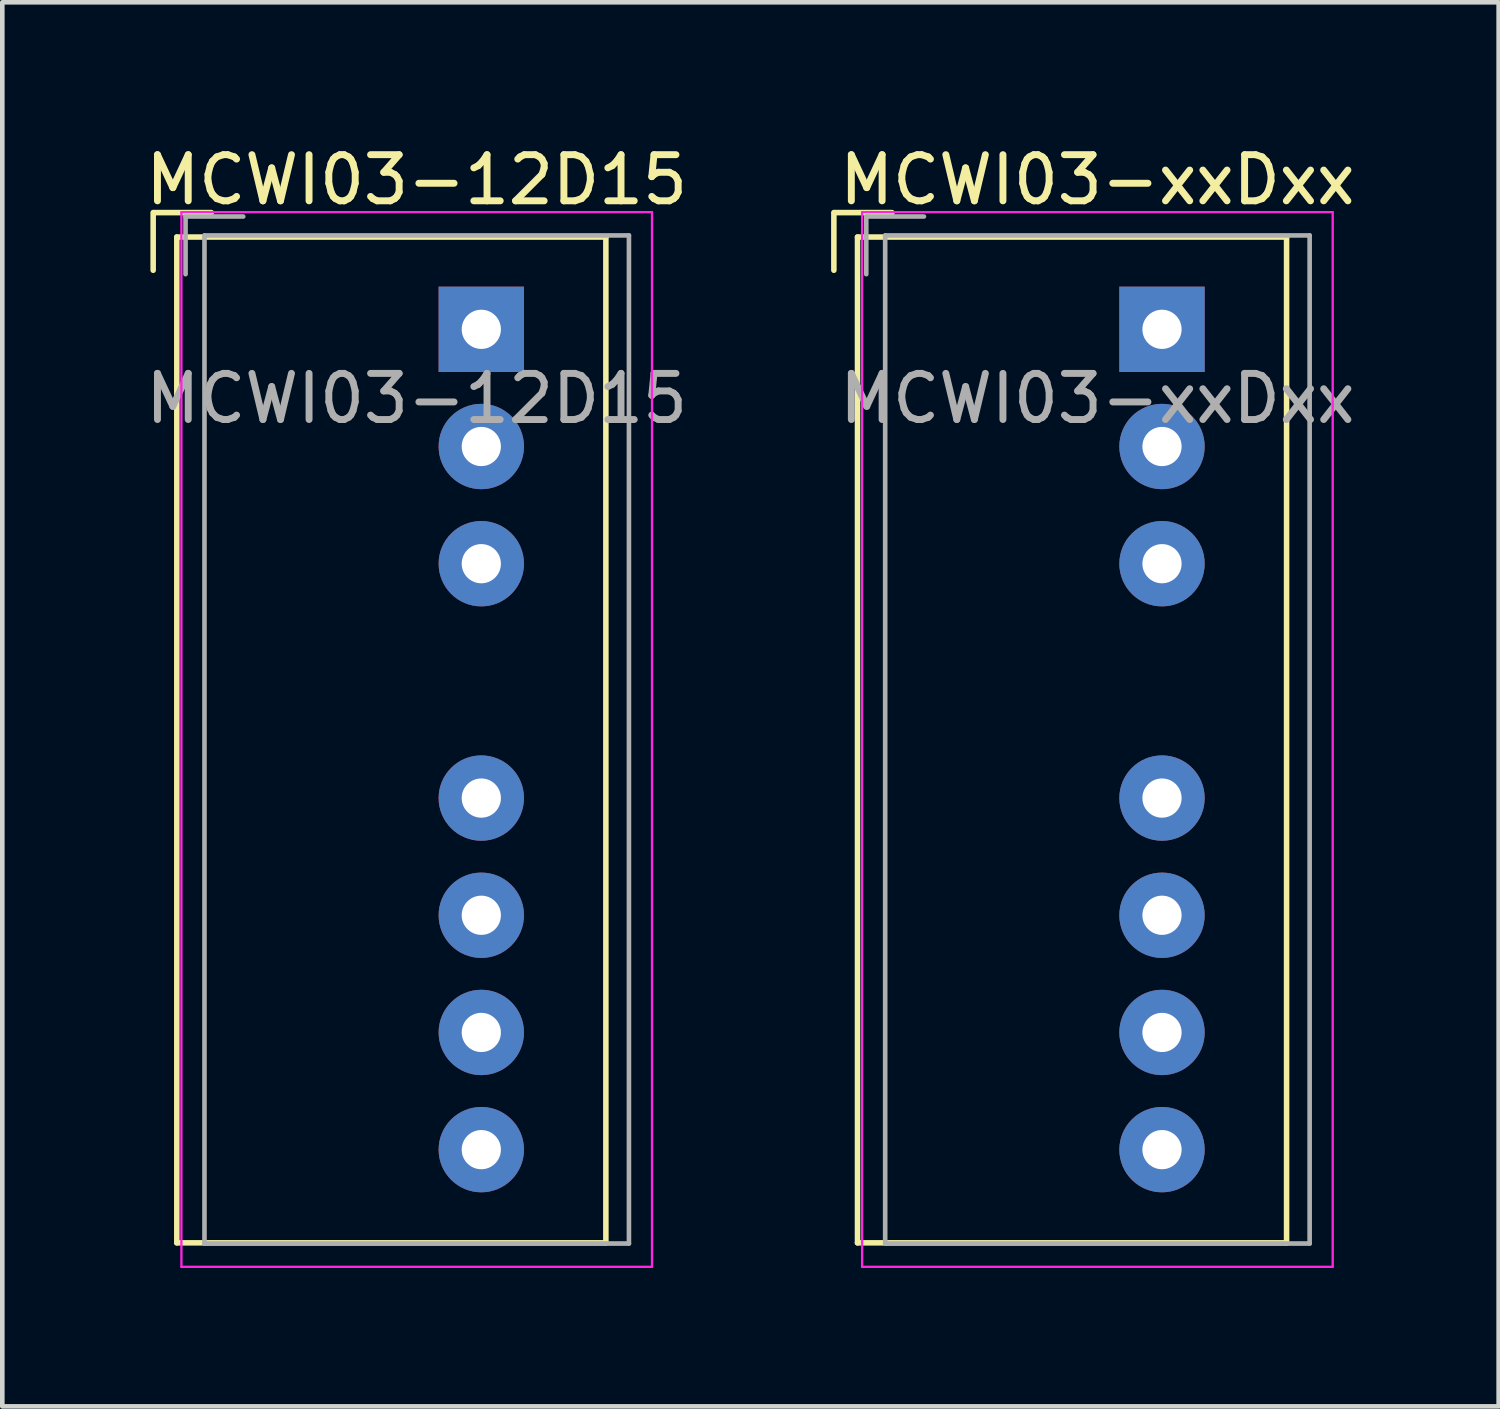
<source format=kicad_pcb>
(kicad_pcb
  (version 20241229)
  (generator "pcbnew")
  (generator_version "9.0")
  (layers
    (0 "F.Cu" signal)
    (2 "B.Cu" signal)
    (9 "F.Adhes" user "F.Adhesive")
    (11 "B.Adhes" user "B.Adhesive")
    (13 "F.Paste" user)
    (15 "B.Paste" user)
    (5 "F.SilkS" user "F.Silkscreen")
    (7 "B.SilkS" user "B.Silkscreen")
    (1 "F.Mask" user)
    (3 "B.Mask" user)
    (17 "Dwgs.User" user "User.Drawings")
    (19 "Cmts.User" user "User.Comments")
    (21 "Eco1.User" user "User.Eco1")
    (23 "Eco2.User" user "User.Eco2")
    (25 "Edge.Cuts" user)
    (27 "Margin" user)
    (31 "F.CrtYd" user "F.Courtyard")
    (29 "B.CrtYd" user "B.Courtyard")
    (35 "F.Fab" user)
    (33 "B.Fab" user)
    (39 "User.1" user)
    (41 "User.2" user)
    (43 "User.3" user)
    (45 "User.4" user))
  (footprint "MCWI03-xxDxx"
    (layer "F.Cu")
    (at 22.136 4.088)
    (property "Reference" "MCWI03-xxDxx" (at -1.4 -3.24 0) (layer "F.SilkS") (effects (font (size 1 1) (thickness 0.15))))
    (attr through_hole)
    (fp_line (start -7.112 -2.53) (end -7.112 -1.28) (stroke (width 0.12) (type solid)) (layer "F.SilkS"))
    (fp_line (start -6.6 -2) (end -6.6 19.8) (stroke (width 0.12) (type solid)) (layer "F.SilkS"))
    (fp_line (start -6.6 19.8) (end 2.7 19.8) (stroke (width 0.12) (type solid)) (layer "F.SilkS"))
    (fp_line (start -5.852 -2.53) (end -7.102 -2.53) (stroke (width 0.12) (type solid)) (layer "F.SilkS"))
    (fp_line (start 2.7 -2) (end -6.6 -2) (stroke (width 0.12) (type solid)) (layer "F.SilkS"))
    (fp_line (start 2.7 19.8) (end 2.7 -2) (stroke (width 0.12) (type solid)) (layer "F.SilkS"))
    (fp_line (start -6.5 -2.54) (end -6.5 20.32) (stroke (width 0.05) (type solid)) (layer "F.CrtYd"))
    (fp_line (start -6.5 20.32) (end 3.7 20.32) (stroke (width 0.05) (type solid)) (layer "F.CrtYd"))
    (fp_line (start 3.7 -2.54) (end -6.5 -2.54) (stroke (width 0.05) (type solid)) (layer "F.CrtYd"))
    (fp_line (start 3.7 20.32) (end 3.7 -2.54) (stroke (width 0.05) (type solid)) (layer "F.CrtYd"))
    (fp_line (start -6.41 -2.445) (end -6.41 -1.195) (stroke (width 0.1) (type solid)) (layer "F.Fab"))
    (fp_line (start -6 -2.035) (end -6 19.815) (stroke (width 0.1) (type solid)) (layer "F.Fab"))
    (fp_line (start -6 19.815) (end 3.2 19.815) (stroke (width 0.1) (type solid)) (layer "F.Fab"))
    (fp_line (start -5.16 -2.445) (end -6.41 -2.445) (stroke (width 0.1) (type solid)) (layer "F.Fab"))
    (fp_line (start 3.2 -2.035) (end -6 -2.035) (stroke (width 0.1) (type solid)) (layer "F.Fab"))
    (fp_line (start 3.2 19.815) (end 3.2 -2.035) (stroke (width 0.1) (type solid)) (layer "F.Fab"))
    (fp_text user "${REFERENCE}" (at -1.4 1.5 0) (layer "F.Fab") (effects (font (size 1 1) (thickness 0.15))))
    (pad "1" thru_hole rect (at 0 0) (size 1.85 1.85) (drill 0.85) (layers "*.Cu" "*.Mask"))
    (pad "2" thru_hole circle (at 0 2.54) (size 1.85 1.85) (drill 0.85) (layers "*.Cu" "*.Mask"))
    (pad "3" thru_hole circle (at 0 5.08) (size 1.85 1.85) (drill 0.85) (layers "*.Cu" "*.Mask"))
    (pad "5" thru_hole circle (at 0 10.16) (size 1.85 1.85) (drill 0.85) (layers "*.Cu" "*.Mask"))
    (pad "6" thru_hole circle (at 0 12.7) (size 1.85 1.85) (drill 0.85) (layers "*.Cu" "*.Mask"))
    (pad "7" thru_hole circle (at 0 15.24) (size 1.85 1.85) (drill 0.85) (layers "*.Cu" "*.Mask"))
    (pad "8" thru_hole circle (at 0 17.78) (size 1.85 1.85) (drill 0.85) (layers "*.Cu" "*.Mask")))
  (footprint "MCWI03-12D15"
    (layer "F.Cu")
    (at 7.382 4.088)
    (property "Reference" "MCWI03-12D15" (at -1.4 -3.24 0) (layer "F.SilkS") (effects (font (size 1 1) (thickness 0.15))))
    (attr through_hole)
    (fp_line (start -7.112 -2.53) (end -7.112 -1.28) (stroke (width 0.12) (type solid)) (layer "F.SilkS"))
    (fp_line (start -6.6 -2) (end -6.6 19.8) (stroke (width 0.12) (type solid)) (layer "F.SilkS"))
    (fp_line (start -6.6 19.8) (end 2.7 19.8) (stroke (width 0.12) (type solid)) (layer "F.SilkS"))
    (fp_line (start -5.852 -2.53) (end -7.102 -2.53) (stroke (width 0.12) (type solid)) (layer "F.SilkS"))
    (fp_line (start 2.7 -2) (end -6.6 -2) (stroke (width 0.12) (type solid)) (layer "F.SilkS"))
    (fp_line (start 2.7 19.8) (end 2.7 -2) (stroke (width 0.12) (type solid)) (layer "F.SilkS"))
    (fp_line (start -6.5 -2.54) (end -6.5 20.32) (stroke (width 0.05) (type solid)) (layer "F.CrtYd"))
    (fp_line (start -6.5 20.32) (end 3.7 20.32) (stroke (width 0.05) (type solid)) (layer "F.CrtYd"))
    (fp_line (start 3.7 -2.54) (end -6.5 -2.54) (stroke (width 0.05) (type solid)) (layer "F.CrtYd"))
    (fp_line (start 3.7 20.32) (end 3.7 -2.54) (stroke (width 0.05) (type solid)) (layer "F.CrtYd"))
    (fp_line (start -6.41 -2.445) (end -6.41 -1.195) (stroke (width 0.1) (type solid)) (layer "F.Fab"))
    (fp_line (start -6 -2.035) (end -6 19.815) (stroke (width 0.1) (type solid)) (layer "F.Fab"))
    (fp_line (start -6 19.815) (end 3.2 19.815) (stroke (width 0.1) (type solid)) (layer "F.Fab"))
    (fp_line (start -5.16 -2.445) (end -6.41 -2.445) (stroke (width 0.1) (type solid)) (layer "F.Fab"))
    (fp_line (start 3.2 -2.035) (end -6 -2.035) (stroke (width 0.1) (type solid)) (layer "F.Fab"))
    (fp_line (start 3.2 19.815) (end 3.2 -2.035) (stroke (width 0.1) (type solid)) (layer "F.Fab"))
    (fp_text user "${REFERENCE}" (at -1.4 1.5 0) (layer "F.Fab") (effects (font (size 1 1) (thickness 0.15))))
    (pad "1" thru_hole rect (at 0 0) (size 1.85 1.85) (drill 0.85) (layers "*.Cu" "*.Mask"))
    (pad "2" thru_hole circle (at 0 2.54) (size 1.85 1.85) (drill 0.85) (layers "*.Cu" "*.Mask"))
    (pad "3" thru_hole circle (at 0 5.08) (size 1.85 1.85) (drill 0.85) (layers "*.Cu" "*.Mask"))
    (pad "5" thru_hole circle (at 0 10.16) (size 1.85 1.85) (drill 0.85) (layers "*.Cu" "*.Mask"))
    (pad "6" thru_hole circle (at 0 12.7) (size 1.85 1.85) (drill 0.85) (layers "*.Cu" "*.Mask"))
    (pad "7" thru_hole circle (at 0 15.24) (size 1.85 1.85) (drill 0.85) (layers "*.Cu" "*.Mask"))
    (pad "8" thru_hole circle (at 0 17.78) (size 1.85 1.85) (drill 0.85) (layers "*.Cu" "*.Mask")))
  (gr_rect
    (start -3 -3)
    (end 29.433 27.433)
    (stroke (width 0.1) (type default))
    (fill no)
    (layer "Edge.Cuts")))
</source>
